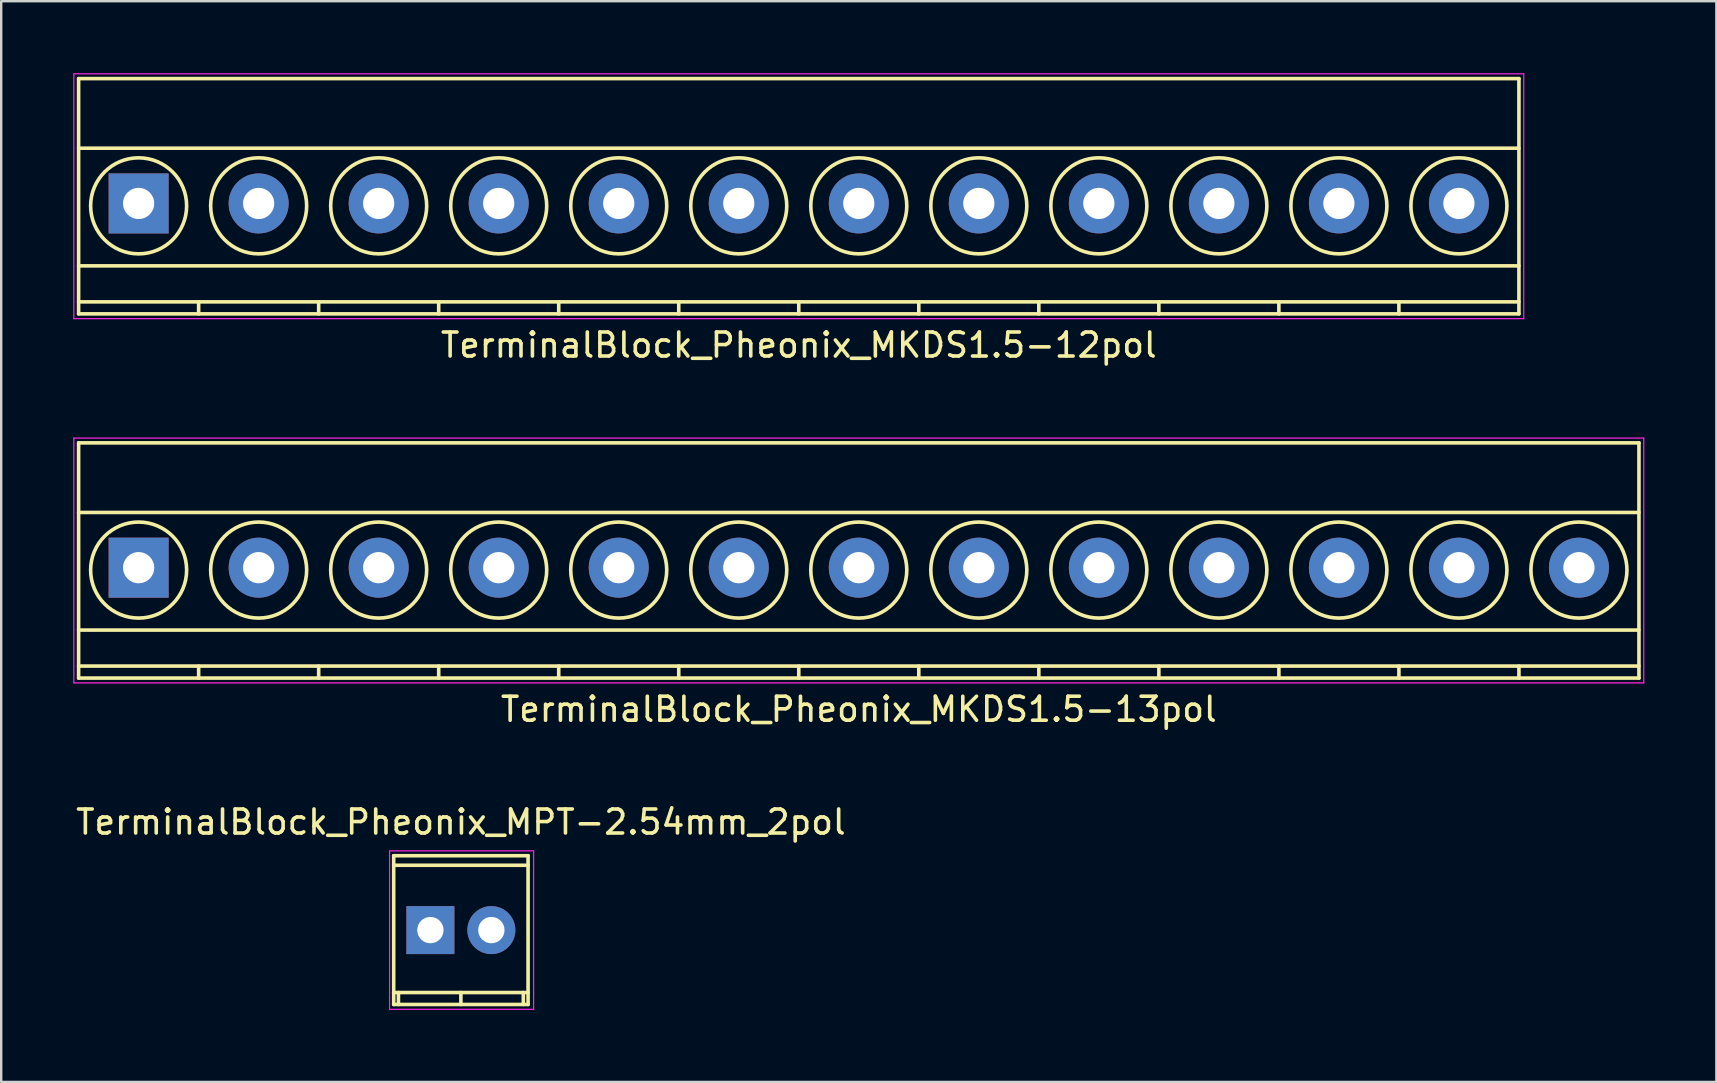
<source format=kicad_pcb>
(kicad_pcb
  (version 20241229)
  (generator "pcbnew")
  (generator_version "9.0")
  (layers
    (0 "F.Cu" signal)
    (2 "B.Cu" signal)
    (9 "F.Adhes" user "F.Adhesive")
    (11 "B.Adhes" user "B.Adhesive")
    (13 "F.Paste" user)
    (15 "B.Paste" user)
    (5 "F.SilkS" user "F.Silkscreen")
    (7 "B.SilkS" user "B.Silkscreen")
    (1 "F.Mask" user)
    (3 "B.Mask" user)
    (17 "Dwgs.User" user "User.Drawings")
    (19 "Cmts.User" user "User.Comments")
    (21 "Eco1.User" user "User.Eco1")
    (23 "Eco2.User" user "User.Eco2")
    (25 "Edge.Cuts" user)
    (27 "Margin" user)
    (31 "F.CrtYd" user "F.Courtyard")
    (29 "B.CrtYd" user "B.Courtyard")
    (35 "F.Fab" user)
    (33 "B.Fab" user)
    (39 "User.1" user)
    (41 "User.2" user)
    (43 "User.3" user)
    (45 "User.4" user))
  (footprint "TerminalBlock_Pheonix_MKDS1.5-12pol"
    (layer "F.Cu")
    (at 2.725 5.425)
    (property "Reference" "TerminalBlock_Pheonix_MKDS1.5-12pol" (at 27.5 5.9 0) (layer "F.SilkS") (effects (font (size 1 1) (thickness 0.15))))
    (attr through_hole)
    (fp_line (start -2.5 -5.2) (end -2.5 4.6) (stroke (width 0.15) (type solid)) (layer "F.SilkS"))
    (fp_line (start -2.5 -2.3) (end 57.5 -2.3) (stroke (width 0.15) (type solid)) (layer "F.SilkS"))
    (fp_line (start -2.5 2.6) (end 57.5 2.6) (stroke (width 0.15) (type solid)) (layer "F.SilkS"))
    (fp_line (start -2.5 4.1) (end 57.5 4.1) (stroke (width 0.15) (type solid)) (layer "F.SilkS"))
    (fp_line (start -2.5 4.6) (end 57.5 4.6) (stroke (width 0.15) (type solid)) (layer "F.SilkS"))
    (fp_line (start 2.5 4.1) (end 2.5 4.6) (stroke (width 0.15) (type solid)) (layer "F.SilkS"))
    (fp_line (start 7.5 4.1) (end 7.5 4.6) (stroke (width 0.15) (type solid)) (layer "F.SilkS"))
    (fp_line (start 12.5 4.1) (end 12.5 4.6) (stroke (width 0.15) (type solid)) (layer "F.SilkS"))
    (fp_line (start 17.5 4.1) (end 17.5 4.6) (stroke (width 0.15) (type solid)) (layer "F.SilkS"))
    (fp_line (start 22.5 4.1) (end 22.5 4.6) (stroke (width 0.15) (type solid)) (layer "F.SilkS"))
    (fp_line (start 27.5 4.1) (end 27.5 4.6) (stroke (width 0.15) (type solid)) (layer "F.SilkS"))
    (fp_line (start 32.5 4.1) (end 32.5 4.6) (stroke (width 0.15) (type solid)) (layer "F.SilkS"))
    (fp_line (start 37.5 4.1) (end 37.5 4.6) (stroke (width 0.15) (type solid)) (layer "F.SilkS"))
    (fp_line (start 42.5 4.1) (end 42.5 4.6) (stroke (width 0.15) (type solid)) (layer "F.SilkS"))
    (fp_line (start 47.5 4.1) (end 47.5 4.6) (stroke (width 0.15) (type solid)) (layer "F.SilkS"))
    (fp_line (start 52.5 4.1) (end 52.5 4.6) (stroke (width 0.15) (type solid)) (layer "F.SilkS"))
    (fp_line (start 57.5 -5.2) (end -2.5 -5.2) (stroke (width 0.15) (type solid)) (layer "F.SilkS"))
    (fp_line (start 57.5 4.6) (end 57.5 -5.2) (stroke (width 0.15) (type solid)) (layer "F.SilkS"))
    (fp_circle (center 0 0.1) (end 2 0.1) (stroke (width 0.15) (type solid)) (fill no) (layer "F.SilkS"))
    (fp_circle (center 5 0.1) (end 3 0.1) (stroke (width 0.15) (type solid)) (fill no) (layer "F.SilkS"))
    (fp_circle (center 10 0.1) (end 8 0.1) (stroke (width 0.15) (type solid)) (fill no) (layer "F.SilkS"))
    (fp_circle (center 15 0.1) (end 13 0.1) (stroke (width 0.15) (type solid)) (fill no) (layer "F.SilkS"))
    (fp_circle (center 20 0.1) (end 18 0.1) (stroke (width 0.15) (type solid)) (fill no) (layer "F.SilkS"))
    (fp_circle (center 25 0.1) (end 23 0.1) (stroke (width 0.15) (type solid)) (fill no) (layer "F.SilkS"))
    (fp_circle (center 30 0.1) (end 28 0.1) (stroke (width 0.15) (type solid)) (fill no) (layer "F.SilkS"))
    (fp_circle (center 35 0.1) (end 33 0.1) (stroke (width 0.15) (type solid)) (fill no) (layer "F.SilkS"))
    (fp_circle (center 40 0.1) (end 38 0.1) (stroke (width 0.15) (type solid)) (fill no) (layer "F.SilkS"))
    (fp_circle (center 45 0.1) (end 43 0.1) (stroke (width 0.15) (type solid)) (fill no) (layer "F.SilkS"))
    (fp_circle (center 50 0.1) (end 48 0.1) (stroke (width 0.15) (type solid)) (fill no) (layer "F.SilkS"))
    (fp_circle (center 55 0.1) (end 53 0.1) (stroke (width 0.15) (type solid)) (fill no) (layer "F.SilkS"))
    (fp_line (start -2.7 -5.4) (end 57.7 -5.4) (stroke (width 0.05) (type solid)) (layer "F.CrtYd"))
    (fp_line (start -2.7 4.8) (end -2.7 -5.4) (stroke (width 0.05) (type solid)) (layer "F.CrtYd"))
    (fp_line (start 57.7 -5.4) (end 57.7 4.8) (stroke (width 0.05) (type solid)) (layer "F.CrtYd"))
    (fp_line (start 57.7 4.8) (end -2.7 4.8) (stroke (width 0.05) (type solid)) (layer "F.CrtYd"))
    (pad "1" thru_hole rect (at 0 0) (size 2.5 2.5) (drill 1.3) (layers "*.Cu" "*.Mask"))
    (pad "2" thru_hole circle (at 5 0) (size 2.5 2.5) (drill 1.3) (layers "*.Cu" "*.Mask"))
    (pad "3" thru_hole circle (at 10 0) (size 2.5 2.5) (drill 1.3) (layers "*.Cu" "*.Mask"))
    (pad "4" thru_hole circle (at 15 0) (size 2.5 2.5) (drill 1.3) (layers "*.Cu" "*.Mask"))
    (pad "5" thru_hole circle (at 20 0) (size 2.5 2.5) (drill 1.3) (layers "*.Cu" "*.Mask"))
    (pad "6" thru_hole circle (at 25 0) (size 2.5 2.5) (drill 1.3) (layers "*.Cu" "*.Mask"))
    (pad "7" thru_hole circle (at 30 0) (size 2.5 2.5) (drill 1.3) (layers "*.Cu" "*.Mask"))
    (pad "8" thru_hole circle (at 35 0) (size 2.5 2.5) (drill 1.3) (layers "*.Cu" "*.Mask"))
    (pad "9" thru_hole circle (at 40 0) (size 2.5 2.5) (drill 1.3) (layers "*.Cu" "*.Mask"))
    (pad "10" thru_hole circle (at 45 0) (size 2.5 2.5) (drill 1.3) (layers "*.Cu" "*.Mask"))
    (pad "11" thru_hole circle (at 50 0) (size 2.5 2.5) (drill 1.3) (layers "*.Cu" "*.Mask"))
    (pad "12" thru_hole circle (at 55 0) (size 2.5 2.5) (drill 1.3) (layers "*.Cu" "*.Mask")))
  (footprint "TerminalBlock_Pheonix_MPT-2.54mm_2pol"
    (layer "F.Cu")
    (at 14.879 35.696)
    (property "Reference" "TerminalBlock_Pheonix_MPT-2.54mm_2pol" (at 1.27 -4.501 0) (layer "F.SilkS") (effects (font (size 1 1) (thickness 0.15))))
    (attr through_hole)
    (fp_line (start -1.529 -3.099) (end -1.529 3.099) (stroke (width 0.15) (type solid)) (layer "F.SilkS"))
    (fp_line (start -1.529 -2.7) (end 4.069 -2.7) (stroke (width 0.15) (type solid)) (layer "F.SilkS"))
    (fp_line (start -1.529 3.099) (end 4.069 3.099) (stroke (width 0.15) (type solid)) (layer "F.SilkS"))
    (fp_line (start -1.331 3.099) (end -1.331 2.601) (stroke (width 0.15) (type solid)) (layer "F.SilkS"))
    (fp_line (start 1.27 3.099) (end 1.27 2.601) (stroke (width 0.15) (type solid)) (layer "F.SilkS"))
    (fp_line (start 3.871 2.601) (end 3.871 3.099) (stroke (width 0.15) (type solid)) (layer "F.SilkS"))
    (fp_line (start 4.069 -3.099) (end -1.529 -3.099) (stroke (width 0.15) (type solid)) (layer "F.SilkS"))
    (fp_line (start 4.069 2.601) (end -1.529 2.601) (stroke (width 0.15) (type solid)) (layer "F.SilkS"))
    (fp_line (start 4.069 3.099) (end 4.069 -3.099) (stroke (width 0.15) (type solid)) (layer "F.SilkS"))
    (fp_line (start -1.7 -3.3) (end 4.3 -3.3) (stroke (width 0.05) (type solid)) (layer "F.CrtYd"))
    (fp_line (start -1.7 3.3) (end -1.7 -3.3) (stroke (width 0.05) (type solid)) (layer "F.CrtYd"))
    (fp_line (start 4.3 -3.3) (end 4.3 3.3) (stroke (width 0.05) (type solid)) (layer "F.CrtYd"))
    (fp_line (start 4.3 3.3) (end -1.7 3.3) (stroke (width 0.05) (type solid)) (layer "F.CrtYd"))
    (pad "1" thru_hole rect (at 0 0) (size 1.999 1.999) (drill 1.097) (layers "*.Cu" "*.Mask"))
    (pad "2" thru_hole oval (at 2.54 0) (size 1.999 1.999) (drill 1.097) (layers "*.Cu" "*.Mask")))
  (footprint "TerminalBlock_Pheonix_MKDS1.5-13pol"
    (layer "F.Cu")
    (at 2.725 20.598)
    (property "Reference" "TerminalBlock_Pheonix_MKDS1.5-13pol" (at 30 5.9 0) (layer "F.SilkS") (effects (font (size 1 1) (thickness 0.15))))
    (attr through_hole)
    (fp_line (start -2.5 -5.2) (end -2.5 4.6) (stroke (width 0.15) (type solid)) (layer "F.SilkS"))
    (fp_line (start -2.5 -2.3) (end 62.5 -2.3) (stroke (width 0.15) (type solid)) (layer "F.SilkS"))
    (fp_line (start -2.5 2.6) (end 62.5 2.6) (stroke (width 0.15) (type solid)) (layer "F.SilkS"))
    (fp_line (start -2.5 4.1) (end 62.5 4.1) (stroke (width 0.15) (type solid)) (layer "F.SilkS"))
    (fp_line (start -2.5 4.6) (end 62.5 4.6) (stroke (width 0.15) (type solid)) (layer "F.SilkS"))
    (fp_line (start 2.5 4.1) (end 2.5 4.6) (stroke (width 0.15) (type solid)) (layer "F.SilkS"))
    (fp_line (start 7.5 4.1) (end 7.5 4.6) (stroke (width 0.15) (type solid)) (layer "F.SilkS"))
    (fp_line (start 12.5 4.1) (end 12.5 4.6) (stroke (width 0.15) (type solid)) (layer "F.SilkS"))
    (fp_line (start 17.5 4.1) (end 17.5 4.6) (stroke (width 0.15) (type solid)) (layer "F.SilkS"))
    (fp_line (start 22.5 4.1) (end 22.5 4.6) (stroke (width 0.15) (type solid)) (layer "F.SilkS"))
    (fp_line (start 27.5 4.1) (end 27.5 4.6) (stroke (width 0.15) (type solid)) (layer "F.SilkS"))
    (fp_line (start 32.5 4.1) (end 32.5 4.6) (stroke (width 0.15) (type solid)) (layer "F.SilkS"))
    (fp_line (start 37.5 4.1) (end 37.5 4.6) (stroke (width 0.15) (type solid)) (layer "F.SilkS"))
    (fp_line (start 42.5 4.1) (end 42.5 4.6) (stroke (width 0.15) (type solid)) (layer "F.SilkS"))
    (fp_line (start 47.5 4.1) (end 47.5 4.6) (stroke (width 0.15) (type solid)) (layer "F.SilkS"))
    (fp_line (start 52.5 4.1) (end 52.5 4.6) (stroke (width 0.15) (type solid)) (layer "F.SilkS"))
    (fp_line (start 57.5 4.1) (end 57.5 4.6) (stroke (width 0.15) (type solid)) (layer "F.SilkS"))
    (fp_line (start 62.5 -5.2) (end -2.5 -5.2) (stroke (width 0.15) (type solid)) (layer "F.SilkS"))
    (fp_line (start 62.5 4.6) (end 62.5 -5.2) (stroke (width 0.15) (type solid)) (layer "F.SilkS"))
    (fp_circle (center 0 0.1) (end 2 0.1) (stroke (width 0.15) (type solid)) (fill no) (layer "F.SilkS"))
    (fp_circle (center 5 0.1) (end 3 0.1) (stroke (width 0.15) (type solid)) (fill no) (layer "F.SilkS"))
    (fp_circle (center 10 0.1) (end 8 0.1) (stroke (width 0.15) (type solid)) (fill no) (layer "F.SilkS"))
    (fp_circle (center 15 0.1) (end 13 0.1) (stroke (width 0.15) (type solid)) (fill no) (layer "F.SilkS"))
    (fp_circle (center 20 0.1) (end 18 0.1) (stroke (width 0.15) (type solid)) (fill no) (layer "F.SilkS"))
    (fp_circle (center 25 0.1) (end 23 0.1) (stroke (width 0.15) (type solid)) (fill no) (layer "F.SilkS"))
    (fp_circle (center 30 0.1) (end 28 0.1) (stroke (width 0.15) (type solid)) (fill no) (layer "F.SilkS"))
    (fp_circle (center 35 0.1) (end 33 0.1) (stroke (width 0.15) (type solid)) (fill no) (layer "F.SilkS"))
    (fp_circle (center 40 0.1) (end 38 0.1) (stroke (width 0.15) (type solid)) (fill no) (layer "F.SilkS"))
    (fp_circle (center 45 0.1) (end 43 0.1) (stroke (width 0.15) (type solid)) (fill no) (layer "F.SilkS"))
    (fp_circle (center 50 0.1) (end 48 0.1) (stroke (width 0.15) (type solid)) (fill no) (layer "F.SilkS"))
    (fp_circle (center 55 0.1) (end 53 0.1) (stroke (width 0.15) (type solid)) (fill no) (layer "F.SilkS"))
    (fp_circle (center 60 0.1) (end 58 0.1) (stroke (width 0.15) (type solid)) (fill no) (layer "F.SilkS"))
    (fp_line (start -2.7 -5.4) (end 62.7 -5.4) (stroke (width 0.05) (type solid)) (layer "F.CrtYd"))
    (fp_line (start -2.7 4.8) (end -2.7 -5.4) (stroke (width 0.05) (type solid)) (layer "F.CrtYd"))
    (fp_line (start 62.7 -5.4) (end 62.7 4.8) (stroke (width 0.05) (type solid)) (layer "F.CrtYd"))
    (fp_line (start 62.7 4.8) (end -2.7 4.8) (stroke (width 0.05) (type solid)) (layer "F.CrtYd"))
    (pad "1" thru_hole rect (at 0 0) (size 2.5 2.5) (drill 1.3) (layers "*.Cu" "*.Mask"))
    (pad "2" thru_hole circle (at 5 0) (size 2.5 2.5) (drill 1.3) (layers "*.Cu" "*.Mask"))
    (pad "3" thru_hole circle (at 10 0) (size 2.5 2.5) (drill 1.3) (layers "*.Cu" "*.Mask"))
    (pad "4" thru_hole circle (at 15 0) (size 2.5 2.5) (drill 1.3) (layers "*.Cu" "*.Mask"))
    (pad "5" thru_hole circle (at 20 0) (size 2.5 2.5) (drill 1.3) (layers "*.Cu" "*.Mask"))
    (pad "6" thru_hole circle (at 25 0) (size 2.5 2.5) (drill 1.3) (layers "*.Cu" "*.Mask"))
    (pad "7" thru_hole circle (at 30 0) (size 2.5 2.5) (drill 1.3) (layers "*.Cu" "*.Mask"))
    (pad "8" thru_hole circle (at 35 0) (size 2.5 2.5) (drill 1.3) (layers "*.Cu" "*.Mask"))
    (pad "9" thru_hole circle (at 40 0) (size 2.5 2.5) (drill 1.3) (layers "*.Cu" "*.Mask"))
    (pad "10" thru_hole circle (at 45 0) (size 2.5 2.5) (drill 1.3) (layers "*.Cu" "*.Mask"))
    (pad "11" thru_hole circle (at 50 0) (size 2.5 2.5) (drill 1.3) (layers "*.Cu" "*.Mask"))
    (pad "12" thru_hole circle (at 55 0) (size 2.5 2.5) (drill 1.3) (layers "*.Cu" "*.Mask"))
    (pad "13" thru_hole circle (at 60 0) (size 2.5 2.5) (drill 1.3) (layers "*.Cu" "*.Mask")))
  (gr_rect
    (start -3 -3)
    (end 68.45 42.021)
    (stroke (width 0.1) (type default))
    (fill no)
    (layer "Edge.Cuts")))
</source>
